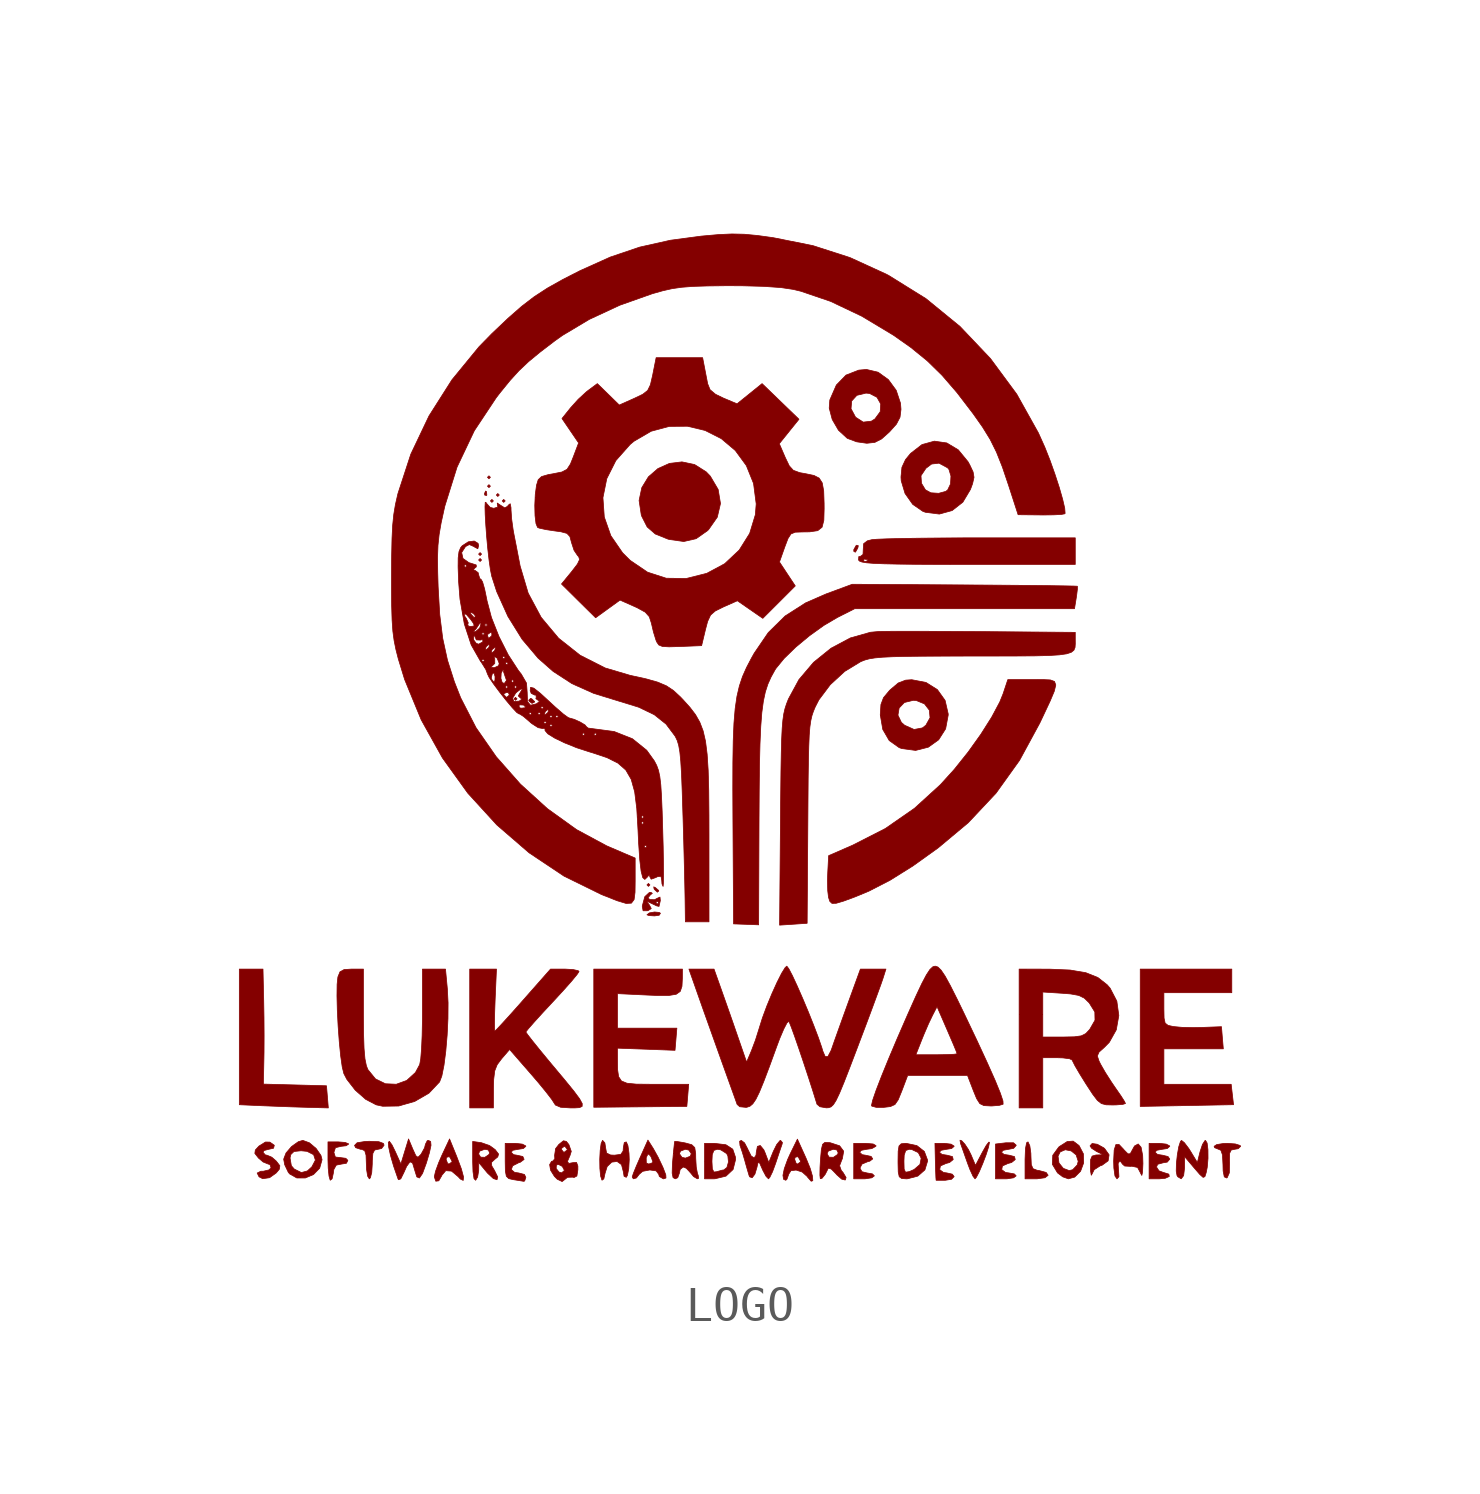
<source format=kicad_sym>
(kicad_symbol_lib
  (version 20220914)
  (generator "bitmap2component")
  (generator_version "8.0")
  (symbol "LOGO"
    (pin_names
      (offset 1.016))
    (property "Reference" "#G"
      (at 0 20.602 0)
      (effects (font (size 1.27 1.27)) hide))
    (symbol "LOGO_0_0"
      (polyline (pts (xy -11.349 -12.402) (xy -11.314 -12.241) (xy -11.299 -12.134) (xy -11.229 -12.009) (xy -11.073 -11.978) (xy -10.936 -11.955) (xy -10.896 -11.872) (xy -10.955 -11.813) (xy -11.115 -11.792) (xy -11.256 -11.776) (xy -11.298 -11.643) (xy -11.252 -11.507) (xy -11.086 -11.468) (xy -10.946 -11.452) (xy -10.874 -11.405) (xy -10.876 -11.396) (xy -10.974 -11.357) (xy -11.171 -11.341) (xy -11.468 -11.341) (xy -11.468 -11.858) (xy -11.461 -12.096) (xy -11.438 -12.325) (xy -11.405 -12.439) (xy -11.399 -12.443) (xy -11.349 -12.402)) (stroke (width 0.01) (type default)) (fill (type outline)))
      (polyline (pts (xy -9.374 -12.404) (xy -9.279 -12.211) (xy -9.204 -12.043) (xy -9.109 -11.914) (xy -9.035 -11.95) (xy -8.975 -12.148) (xy -8.974 -12.152) (xy -8.913 -12.347) (xy -8.838 -12.38) (xy -8.748 -12.248) (xy -8.638 -11.949) (xy -8.55 -11.653) (xy -8.504 -11.438) (xy -8.515 -11.329) (xy -8.58 -11.298) (xy -8.613 -11.307) (xy -8.665 -11.409) (xy -8.689 -11.51) (xy -8.784 -11.684) (xy -8.806 -11.713) (xy -8.88 -11.784) (xy -8.942 -11.737) (xy -9.027 -11.551) (xy -9.15 -11.256) (xy -9.261 -11.617) (xy -9.371 -11.978) (xy -9.529 -11.626) (xy -9.629 -11.423) (xy -9.703 -11.324) (xy -9.733 -11.355) (xy -9.721 -11.496) (xy -9.67 -11.73) (xy -9.58 -12.039) (xy -9.454 -12.403) (xy -9.438 -12.43) (xy -9.374 -12.404)) (stroke (width 0.01) (type default)) (fill (type outline)))
      (polyline (pts (xy -8.281 -12.46) (xy -8.198 -12.318) (xy -8.192 -12.301) (xy -8.08 -12.168) (xy -7.915 -12.181) (xy -7.726 -12.339) (xy -7.661 -12.409) (xy -7.579 -12.449) (xy -7.569 -12.349) (xy -7.632 -12.116) (xy -7.766 -11.759) (xy -7.971 -11.256) (xy -8.19 -11.723) (xy -8.243 -11.845) (xy -8.07 -11.845) (xy -8.058 -11.785) (xy -7.985 -11.766) (xy -7.962 -11.783) (xy -7.9 -11.898) (xy -7.903 -11.917) (xy -7.985 -11.978) (xy -8.026 -11.962) (xy -8.07 -11.845) (xy -8.243 -11.845) (xy -8.284 -11.939) (xy -8.374 -12.185) (xy -8.409 -12.339) (xy -8.409 -12.348) (xy -8.367 -12.472) (xy -8.281 -12.46)) (stroke (width 0.01) (type default)) (fill (type outline)))
      (polyline (pts (xy -7.164 -12.352) (xy -7.133 -12.164) (xy -7.131 -11.935) (xy -6.898 -12.217) (xy -6.876 -12.242) (xy -6.711 -12.396) (xy -6.606 -12.429) (xy -6.587 -12.349) (xy -6.679 -12.162) (xy -6.758 -12.03) (xy -6.765 -11.93) (xy -6.665 -11.838) (xy -6.585 -11.773) (xy -6.561 -11.691) (xy -6.659 -11.563) (xy -6.82 -11.447) (xy -7.056 -11.364) (xy -7.306 -11.328) (xy -7.306 -11.687) (xy -7.136 -11.687) (xy -7.105 -11.607) (xy -6.959 -11.553) (xy -6.856 -11.574) (xy -6.817 -11.659) (xy -6.841 -11.706) (xy -6.955 -11.784) (xy -7.078 -11.78) (xy -7.136 -11.687) (xy -7.306 -11.687) (xy -7.306 -11.913) (xy -7.297 -12.197) (xy -7.268 -12.398) (xy -7.221 -12.445) (xy -7.164 -12.352)) (stroke (width 0.01) (type default)) (fill (type outline)))
      (polyline (pts (xy -5.811 -12.466) (xy -5.777 -12.36) (xy -5.818 -12.277) (xy -5.989 -12.233) (xy -6.1 -12.218) (xy -6.195 -12.137) (xy -6.156 -12.029) (xy -5.986 -11.942) (xy -5.939 -11.928) (xy -5.827 -11.845) (xy -5.864 -11.761) (xy -6.036 -11.723) (xy -6.13 -11.708) (xy -6.201 -11.638) (xy -6.149 -11.582) (xy -5.989 -11.553) (xy -5.849 -11.532) (xy -5.777 -11.468) (xy -5.779 -11.457) (xy -5.877 -11.405) (xy -6.074 -11.383) (xy -6.371 -11.383) (xy -6.371 -11.887) (xy -6.371 -11.904) (xy -6.366 -12.179) (xy -6.338 -12.329) (xy -6.268 -12.397) (xy -6.138 -12.427) (xy -5.965 -12.454) (xy -5.84 -12.475) (xy -5.811 -12.466)) (stroke (width 0.01) (type default)) (fill (type outline)))
      (polyline (pts (xy -4.628 -12.399) (xy -4.58 -12.36) (xy -4.431 -12.355) (xy -4.39 -12.365) (xy -4.309 -12.322) (xy -4.281 -12.145) (xy -4.281 -12.035) (xy -4.319 -11.932) (xy -4.429 -11.939) (xy -4.543 -11.961) (xy -4.58 -11.902) (xy -4.506 -11.729) (xy -4.47 -11.614) (xy -4.54 -11.417) (xy -4.613 -11.327) (xy -4.696 -11.309) (xy -4.825 -11.411) (xy -4.922 -11.535) (xy -4.924 -11.553) (xy -4.757 -11.553) (xy -4.755 -11.533) (xy -4.672 -11.468) (xy -4.652 -11.471) (xy -4.587 -11.553) (xy -4.59 -11.573) (xy -4.672 -11.638) (xy -4.692 -11.636) (xy -4.757 -11.553) (xy -4.924 -11.553) (xy -4.95 -11.728) (xy -4.944 -11.826) (xy -5.002 -11.893) (xy -5.038 -11.9) (xy -5.093 -11.995) (xy -5.074 -12.106) (xy -4.905 -12.106) (xy -4.899 -12.006) (xy -4.84 -11.989) (xy -4.729 -12.046) (xy -4.672 -12.153) (xy -4.674 -12.169) (xy -4.752 -12.233) (xy -4.824 -12.207) (xy -4.905 -12.106) (xy -5.074 -12.106) (xy -5.064 -12.159) (xy -4.956 -12.332) (xy -4.873 -12.416) (xy -4.733 -12.482) (xy -4.628 -12.399)) (stroke (width 0.01) (type default)) (fill (type outline)))
      (polyline (pts (xy -3.534 -12.404) (xy -3.499 -12.245) (xy -3.438 -12.05) (xy -3.306 -11.923) (xy -3.153 -11.904) (xy -3.026 -11.995) (xy -2.973 -12.2) (xy -2.952 -12.331) (xy -2.888 -12.36) (xy -2.856 -12.304) (xy -2.818 -12.115) (xy -2.803 -11.851) (xy -2.81 -11.67) (xy -2.841 -11.449) (xy -2.888 -11.341) (xy -2.946 -11.361) (xy -2.973 -11.506) (xy -2.98 -11.603) (xy -3.046 -11.7) (xy -3.228 -11.723) (xy -3.339 -11.718) (xy -3.455 -11.662) (xy -3.483 -11.511) (xy -3.504 -11.371) (xy -3.568 -11.298) (xy -3.572 -11.299) (xy -3.612 -11.386) (xy -3.639 -11.585) (xy -3.652 -11.842) (xy -3.648 -12.106) (xy -3.627 -12.323) (xy -3.589 -12.439) (xy -3.585 -12.443) (xy -3.534 -12.404)) (stroke (width 0.01) (type default)) (fill (type outline)))
      (polyline (pts (xy 2.476 -12.456) (xy 2.466 -12.325) (xy 2.401 -12.103) (xy 2.282 -11.811) (xy 2.033 -11.262) (xy 1.826 -11.684) (xy 1.753 -11.845) (xy 1.954 -11.845) (xy 1.966 -11.785) (xy 2.039 -11.766) (xy 2.062 -11.783) (xy 2.124 -11.898) (xy 2.121 -11.917) (xy 2.039 -11.978) (xy 1.998 -11.962) (xy 1.954 -11.845) (xy 1.753 -11.845) (xy 1.75 -11.852) (xy 1.655 -12.115) (xy 1.617 -12.302) (xy 1.635 -12.417) (xy 1.699 -12.445) (xy 1.732 -12.415) (xy 1.784 -12.27) (xy 1.784 -12.268) (xy 1.848 -12.169) (xy 1.996 -12.151) (xy 2.171 -12.208) (xy 2.311 -12.333) (xy 2.325 -12.354) (xy 2.429 -12.473) (xy 2.476 -12.456)) (stroke (width 0.01) (type default)) (fill (type outline)))
      (polyline (pts (xy 3.433 -12.366) (xy 3.347 -12.223) (xy 3.294 -12.16) (xy 3.246 -12.026) (xy 3.312 -11.853) (xy 3.325 -11.827) (xy 3.364 -11.609) (xy 3.247 -11.453) (xy 2.98 -11.366) (xy 2.941 -11.361) (xy 2.822 -11.357) (xy 2.757 -11.412) (xy 2.722 -11.562) (xy 2.711 -11.687) (xy 2.888 -11.687) (xy 2.919 -11.607) (xy 3.065 -11.553) (xy 3.168 -11.574) (xy 3.207 -11.659) (xy 3.183 -11.706) (xy 3.07 -11.784) (xy 2.946 -11.78) (xy 2.888 -11.687) (xy 2.711 -11.687) (xy 2.697 -11.845) (xy 2.683 -12.083) (xy 2.68 -12.301) (xy 2.692 -12.4) (xy 2.742 -12.387) (xy 2.833 -12.274) (xy 2.918 -12.105) (xy 2.926 -12.095) (xy 3.008 -12.123) (xy 3.138 -12.255) (xy 3.164 -12.286) (xy 3.308 -12.413) (xy 3.41 -12.438) (xy 3.433 -12.366)) (stroke (width 0.01) (type default)) (fill (type outline)))
      (polyline (pts (xy 6.466 -12.416) (xy 6.541 -12.339) (xy 6.488 -12.269) (xy 6.329 -12.233) (xy 6.233 -12.22) (xy 6.125 -12.139) (xy 6.146 -12.033) (xy 6.301 -11.963) (xy 6.409 -11.934) (xy 6.514 -11.849) (xy 6.492 -11.763) (xy 6.336 -11.723) (xy 6.189 -11.701) (xy 6.116 -11.638) (xy 6.169 -11.582) (xy 6.329 -11.553) (xy 6.468 -11.532) (xy 6.541 -11.468) (xy 6.54 -11.462) (xy 6.453 -11.406) (xy 6.265 -11.383) (xy 5.989 -11.383) (xy 6.001 -11.914) (xy 6.008 -12.166) (xy 6.016 -12.368) (xy 6.022 -12.445) (xy 6.104 -12.445) (xy 6.286 -12.445) (xy 6.466 -12.416)) (stroke (width 0.01) (type default)) (fill (type outline)))
      (polyline (pts (xy -13.148 -12.371) (xy -12.955 -12.233) (xy -12.867 -12.127) (xy -12.852 -12.027) (xy -12.955 -11.893) (xy -13.084 -11.781) (xy -13.223 -11.723) (xy -13.269 -11.716) (xy -13.337 -11.638) (xy -13.305 -11.589) (xy -13.167 -11.553) (xy -13.033 -11.523) (xy -13.011 -11.438) (xy -13.14 -11.347) (xy -13.266 -11.345) (xy -13.454 -11.462) (xy -13.557 -11.575) (xy -13.571 -11.672) (xy -13.467 -11.805) (xy -13.333 -11.919) (xy -13.189 -11.978) (xy -13.137 -11.991) (xy -13.105 -12.084) (xy -13.163 -12.146) (xy -13.325 -12.184) (xy -13.402 -12.186) (xy -13.504 -12.237) (xy -13.45 -12.346) (xy -13.345 -12.399) (xy -13.148 -12.371)) (stroke (width 0.01) (type default)) (fill (type outline)))
      (polyline (pts (xy -12.118 -12.378) (xy -11.883 -12.279) (xy -11.707 -12.098) (xy -11.638 -11.853) (xy -11.67 -11.73) (xy -11.808 -11.531) (xy -12.002 -11.367) (xy -12.19 -11.298) (xy -12.319 -11.335) (xy -12.514 -11.473) (xy -12.675 -11.661) (xy -12.729 -11.803) (xy -12.559 -11.803) (xy -12.536 -11.704) (xy -12.445 -11.617) (xy -12.242 -11.596) (xy -12.069 -11.613) (xy -11.881 -11.709) (xy -11.83 -11.865) (xy -11.931 -12.058) (xy -12.059 -12.176) (xy -12.233 -12.223) (xy -12.437 -12.122) (xy -12.521 -12.026) (xy -12.559 -11.803) (xy -12.729 -11.803) (xy -12.742 -11.838) (xy -12.712 -11.999) (xy -12.61 -12.214) (xy -12.571 -12.262) (xy -12.363 -12.379) (xy -12.118 -12.378)) (stroke (width 0.01) (type default)) (fill (type outline)))
      (polyline (pts (xy -10.248 -12.374) (xy -10.209 -12.22) (xy -10.194 -11.978) (xy -10.193 -11.88) (xy -10.177 -11.671) (xy -10.126 -11.575) (xy -10.024 -11.553) (xy -9.925 -11.531) (xy -9.854 -11.436) (xy -9.875 -11.384) (xy -10.006 -11.335) (xy -10.279 -11.324) (xy -10.403 -11.329) (xy -10.63 -11.366) (xy -10.704 -11.442) (xy -10.672 -11.507) (xy -10.534 -11.553) (xy -10.495 -11.555) (xy -10.411 -11.596) (xy -10.373 -11.723) (xy -10.364 -11.978) (xy -10.358 -12.131) (xy -10.327 -12.326) (xy -10.279 -12.403) (xy -10.248 -12.374)) (stroke (width 0.01) (type default)) (fill (type outline)))
      (polyline (pts (xy -2.597 -12.378) (xy -2.518 -12.275) (xy -2.42 -12.188) (xy -2.211 -12.148) (xy -2.029 -12.175) (xy -1.954 -12.275) (xy -1.939 -12.335) (xy -1.825 -12.403) (xy -1.815 -12.403) (xy -1.747 -12.38) (xy -1.752 -12.289) (xy -1.829 -12.087) (xy -1.841 -12.059) (xy -1.975 -11.777) (xy -2.113 -11.53) (xy -2.266 -11.289) (xy -2.492 -11.793) (xy -2.496 -11.801) (xy -2.316 -11.801) (xy -2.314 -11.79) (xy -2.263 -11.685) (xy -2.198 -11.737) (xy -2.167 -11.793) (xy -2.125 -11.914) (xy -2.136 -11.941) (xy -2.243 -11.978) (xy -2.313 -11.948) (xy -2.316 -11.801) (xy -2.496 -11.801) (xy -2.602 -12.043) (xy -2.686 -12.25) (xy -2.718 -12.35) (xy -2.686 -12.403) (xy -2.597 -12.378)) (stroke (width 0.01) (type default)) (fill (type outline)))
      (polyline (pts (xy -0.808 -12.389) (xy -0.822 -12.296) (xy -0.84 -12.258) (xy -0.876 -12.067) (xy -0.891 -11.812) (xy -0.893 -11.676) (xy -0.919 -11.505) (xy -1.005 -11.422) (xy -1.189 -11.372) (xy -1.23 -11.364) (xy -1.415 -11.332) (xy -1.496 -11.326) (xy -1.506 -11.397) (xy -1.527 -11.594) (xy -1.535 -11.681) (xy -1.359 -11.681) (xy -1.328 -11.606) (xy -1.189 -11.553) (xy -1.09 -11.577) (xy -1.019 -11.681) (xy -1.051 -11.755) (xy -1.189 -11.808) (xy -1.288 -11.784) (xy -1.359 -11.681) (xy -1.535 -11.681) (xy -1.552 -11.872) (xy -1.562 -11.991) (xy -1.569 -12.241) (xy -1.543 -12.368) (xy -1.479 -12.403) (xy -1.409 -12.371) (xy -1.359 -12.233) (xy -1.339 -12.134) (xy -1.252 -12.063) (xy -1.163 -12.099) (xy -1.039 -12.233) (xy -0.954 -12.338) (xy -0.844 -12.403) (xy -0.808 -12.389)) (stroke (width 0.01) (type default)) (fill (type outline)))
      (polyline (pts (xy -0.336 -12.402) (xy -0.02 -12.325) (xy 0.183 -12.135) (xy 0.255 -11.849) (xy 0.252 -11.78) (xy 0.174 -11.551) (xy -0.023 -11.423) (xy -0.355 -11.383) (xy -0.637 -11.383) (xy -0.637 -11.893) (xy -0.637 -11.902) (xy -0.425 -11.902) (xy -0.416 -11.708) (xy -0.369 -11.585) (xy -0.265 -11.553) (xy -0.172 -11.57) (xy -0.003 -11.677) (xy 0.033 -11.745) (xy 0.05 -11.918) (xy 0.006 -12.077) (xy -0.084 -12.148) (xy -0.132 -12.154) (xy -0.29 -12.199) (xy -0.367 -12.207) (xy -0.413 -12.122) (xy -0.425 -11.902) (xy -0.637 -11.902) (xy -0.637 -12.403) (xy -0.38 -12.403) (xy -0.336 -12.402)) (stroke (width 0.01) (type default)) (fill (type outline)))
      (polyline (pts (xy 1.238 -12.363) (xy 1.317 -12.201) (xy 1.407 -11.957) (xy 1.467 -11.777) (xy 1.546 -11.541) (xy 1.593 -11.405) (xy 1.602 -11.359) (xy 1.55 -11.298) (xy 1.529 -11.306) (xy 1.438 -11.417) (xy 1.339 -11.617) (xy 1.21 -11.935) (xy 1.106 -11.659) (xy 1.067 -11.569) (xy 0.965 -11.445) (xy 0.883 -11.47) (xy 0.85 -11.643) (xy 0.843 -11.724) (xy 0.788 -11.803) (xy 0.701 -11.743) (xy 0.607 -11.553) (xy 0.604 -11.544) (xy 0.513 -11.37) (xy 0.42 -11.298) (xy 0.371 -11.322) (xy 0.382 -11.447) (xy 0.387 -11.457) (xy 0.452 -11.649) (xy 0.524 -11.893) (xy 0.53 -11.918) (xy 0.596 -12.15) (xy 0.644 -12.311) (xy 0.66 -12.346) (xy 0.732 -12.372) (xy 0.811 -12.268) (xy 0.872 -12.063) (xy 0.879 -12.025) (xy 0.907 -11.92) (xy 0.947 -11.95) (xy 1.025 -12.127) (xy 1.04 -12.161) (xy 1.132 -12.333) (xy 1.201 -12.403) (xy 1.238 -12.363)) (stroke (width 0.01) (type default)) (fill (type outline)))
      (polyline (pts (xy 3.989 -12.402) (xy 4.173 -12.374) (xy 4.247 -12.318) (xy 4.191 -12.261) (xy 4.029 -12.233) (xy 3.889 -12.198) (xy 3.832 -12.095) (xy 3.89 -11.98) (xy 4.059 -11.908) (xy 4.114 -11.896) (xy 4.2 -11.83) (xy 4.152 -11.758) (xy 3.988 -11.723) (xy 3.894 -11.708) (xy 3.823 -11.638) (xy 3.873 -11.583) (xy 4.03 -11.553) (xy 4.173 -11.534) (xy 4.29 -11.468) (xy 4.295 -11.45) (xy 4.213 -11.401) (xy 3.998 -11.383) (xy 3.653 -11.383) (xy 3.653 -11.893) (xy 3.653 -12.403) (xy 3.95 -12.403) (xy 3.989 -12.402)) (stroke (width 0.01) (type default)) (fill (type outline)))
      (polyline (pts (xy 5.2 -12.402) (xy 5.496 -12.325) (xy 5.7 -12.146) (xy 5.777 -11.893) (xy 5.776 -11.863) (xy 5.684 -11.616) (xy 5.468 -11.447) (xy 5.163 -11.383) (xy 5.136 -11.383) (xy 5.017 -11.396) (xy 4.955 -11.459) (xy 4.931 -11.611) (xy 4.927 -11.893) (xy 5.097 -11.893) (xy 5.104 -11.723) (xy 5.148 -11.589) (xy 5.25 -11.553) (xy 5.32 -11.559) (xy 5.509 -11.649) (xy 5.592 -11.811) (xy 5.557 -11.991) (xy 5.39 -12.134) (xy 5.253 -12.195) (xy 5.142 -12.213) (xy 5.102 -12.123) (xy 5.097 -11.893) (xy 4.927 -11.893) (xy 4.927 -11.951) (xy 4.933 -12.209) (xy 4.962 -12.343) (xy 5.032 -12.394) (xy 5.163 -12.403) (xy 5.2 -12.402)) (stroke (width 0.01) (type default)) (fill (type outline)))
      (polyline (pts (xy 7.181 -12.358) (xy 7.265 -12.195) (xy 7.364 -11.962) (xy 7.46 -11.71) (xy 7.53 -11.491) (xy 7.557 -11.354) (xy 7.539 -11.346) (xy 7.465 -11.441) (xy 7.354 -11.637) (xy 7.155 -12.018) (xy 7.026 -11.711) (xy 6.95 -11.559) (xy 6.849 -11.406) (xy 6.759 -11.308) (xy 6.709 -11.293) (xy 6.726 -11.391) (xy 6.755 -11.471) (xy 6.831 -11.686) (xy 6.927 -11.957) (xy 6.997 -12.141) (xy 7.084 -12.33) (xy 7.141 -12.403) (xy 7.181 -12.358)) (stroke (width 0.01) (type default)) (fill (type outline)))
      (polyline (pts (xy 8.067 -12.402) (xy 8.25 -12.374) (xy 8.325 -12.318) (xy 8.272 -12.262) (xy 8.113 -12.233) (xy 8.017 -12.22) (xy 7.909 -12.139) (xy 7.93 -12.033) (xy 8.085 -11.963) (xy 8.193 -11.934) (xy 8.298 -11.849) (xy 8.276 -11.763) (xy 8.12 -11.723) (xy 7.973 -11.701) (xy 7.9 -11.638) (xy 7.953 -11.582) (xy 8.113 -11.553) (xy 8.252 -11.526) (xy 8.325 -11.443) (xy 8.325 -11.434) (xy 8.248 -11.366) (xy 8.028 -11.367) (xy 7.73 -11.402) (xy 7.73 -11.902) (xy 7.73 -12.403) (xy 8.028 -12.403) (xy 8.067 -12.402)) (stroke (width 0.01) (type default)) (fill (type outline)))
      (polyline (pts (xy 9.153 -12.372) (xy 9.244 -12.301) (xy 9.187 -12.22) (xy 8.977 -12.163) (xy 8.927 -12.157) (xy 8.81 -12.112) (xy 8.76 -11.998) (xy 8.75 -11.765) (xy 8.747 -11.666) (xy 8.717 -11.451) (xy 8.665 -11.341) (xy 8.625 -11.365) (xy 8.592 -11.535) (xy 8.58 -11.845) (xy 8.58 -12.403) (xy 8.927 -12.403) (xy 9.153 -12.372)) (stroke (width 0.01) (type default)) (fill (type outline)))
      (polyline (pts (xy 10.009 -12.353) (xy 10.177 -12.185) (xy 10.265 -11.946) (xy 10.258 -11.685) (xy 10.138 -11.454) (xy 10.126 -11.441) (xy 9.964 -11.319) (xy 9.794 -11.33) (xy 9.568 -11.474) (xy 9.547 -11.492) (xy 9.377 -11.726) (xy 9.376 -11.752) (xy 9.529 -11.752) (xy 9.591 -11.629) (xy 9.737 -11.567) (xy 9.908 -11.601) (xy 10.05 -11.716) (xy 10.109 -11.9) (xy 10.08 -12.005) (xy 9.95 -12.142) (xy 9.849 -12.166) (xy 9.68 -12.102) (xy 9.556 -11.948) (xy 9.529 -11.752) (xy 9.376 -11.752) (xy 9.365 -11.985) (xy 9.514 -12.233) (xy 9.664 -12.346) (xy 9.826 -12.403) (xy 10.009 -12.353)) (stroke (width 0.01) (type default)) (fill (type outline)))
      (polyline (pts (xy 10.508 -12.262) (xy 10.568 -12.141) (xy 10.742 -12.029) (xy 10.796 -12.012) (xy 10.969 -11.886) (xy 10.997 -11.713) (xy 10.869 -11.533) (xy 10.844 -11.512) (xy 10.658 -11.409) (xy 10.509 -11.387) (xy 10.449 -11.455) (xy 10.494 -11.524) (xy 10.64 -11.619) (xy 10.831 -11.712) (xy 10.64 -11.717) (xy 10.618 -11.718) (xy 10.509 -11.749) (xy 10.464 -11.855) (xy 10.46 -12.084) (xy 10.466 -12.192) (xy 10.485 -12.3) (xy 10.508 -12.262)) (stroke (width 0.01) (type default)) (fill (type outline)))
      (polyline (pts (xy 11.28 -12.342) (xy 11.269 -12.148) (xy 11.268 -12.143) (xy 11.256 -11.965) (xy 11.3 -11.893) (xy 11.322 -11.896) (xy 11.383 -11.981) (xy 11.445 -12.035) (xy 11.611 -12.045) (xy 11.653 -12.041) (xy 11.816 -12.076) (xy 11.9 -12.233) (xy 11.904 -12.245) (xy 11.938 -12.306) (xy 11.959 -12.215) (xy 11.97 -11.962) (xy 11.963 -11.734) (xy 11.917 -11.494) (xy 11.835 -11.4) (xy 11.728 -11.459) (xy 11.606 -11.681) (xy 11.54 -11.685) (xy 11.43 -11.574) (xy 11.417 -11.557) (xy 11.281 -11.414) (xy 11.192 -11.418) (xy 11.143 -11.575) (xy 11.128 -11.893) (xy 11.134 -12.092) (xy 11.166 -12.322) (xy 11.224 -12.403) (xy 11.28 -12.342)) (stroke (width 0.01) (type default)) (fill (type outline)))
      (polyline (pts (xy 12.611 -12.388) (xy 12.729 -12.335) (xy 12.715 -12.268) (xy 12.551 -12.217) (xy 12.432 -12.173) (xy 12.36 -12.063) (xy 12.395 -11.985) (xy 12.551 -11.942) (xy 12.671 -11.922) (xy 12.742 -11.836) (xy 12.692 -11.762) (xy 12.53 -11.723) (xy 12.39 -11.702) (xy 12.318 -11.638) (xy 12.37 -11.582) (xy 12.53 -11.553) (xy 12.67 -11.532) (xy 12.742 -11.468) (xy 12.74 -11.457) (xy 12.642 -11.405) (xy 12.445 -11.383) (xy 12.148 -11.383) (xy 12.148 -11.893) (xy 12.148 -12.403) (xy 12.445 -12.403) (xy 12.611 -12.388)) (stroke (width 0.01) (type default)) (fill (type outline)))
      (polyline (pts (xy 13.141 -12.311) (xy 13.168 -12.084) (xy 13.17 -11.766) (xy 13.452 -12.099) (xy 13.605 -12.276) (xy 13.701 -12.362) (xy 13.752 -12.341) (xy 13.789 -12.227) (xy 13.82 -12.071) (xy 13.842 -11.814) (xy 13.84 -11.564) (xy 13.816 -11.374) (xy 13.77 -11.298) (xy 13.754 -11.304) (xy 13.683 -11.414) (xy 13.615 -11.617) (xy 13.536 -11.935) (xy 13.343 -11.617) (xy 13.289 -11.531) (xy 13.163 -11.365) (xy 13.08 -11.298) (xy 13.05 -11.328) (xy 13.001 -11.48) (xy 12.96 -11.71) (xy 12.933 -11.963) (xy 12.928 -12.183) (xy 12.951 -12.311) (xy 12.974 -12.345) (xy 13.071 -12.403) (xy 13.141 -12.311)) (stroke (width 0.01) (type default)) (fill (type outline)))
      (polyline (pts (xy 14.394 -12.371) (xy 14.455 -12.232) (xy 14.463 -11.947) (xy 14.46 -11.877) (xy 14.464 -11.668) (xy 14.509 -11.575) (xy 14.612 -11.553) (xy 14.71 -11.537) (xy 14.781 -11.468) (xy 14.764 -11.443) (xy 14.627 -11.4) (xy 14.399 -11.383) (xy 14.285 -11.387) (xy 14.093 -11.418) (xy 14.017 -11.468) (xy 14.031 -11.507) (xy 14.144 -11.553) (xy 14.212 -11.582) (xy 14.258 -11.715) (xy 14.272 -11.985) (xy 14.277 -12.178) (xy 14.31 -12.347) (xy 14.378 -12.379) (xy 14.394 -12.371)) (stroke (width 0.01) (type default)) (fill (type outline)))
      (polyline (pts (xy -11.484 -10.045) (xy -11.511 -9.727) (xy -12.418 -9.703) (xy -13.325 -9.679) (xy -13.31 -8.938) (xy -13.307 -8.763) (xy -13.305 -8.289) (xy -13.308 -7.768) (xy -13.316 -7.285) (xy -13.337 -6.371) (xy -13.677 -6.371) (xy -14.017 -6.371) (xy -14.017 -8.322) (xy -14.017 -10.272) (xy -13.358 -10.301) (xy -12.98 -10.316) (xy -12.501 -10.334) (xy -12.079 -10.347) (xy -11.458 -10.364) (xy -11.484 -10.045)) (stroke (width 0.01) (type default)) (fill (type outline)))
      (polyline (pts (xy -9.434 -10.309) (xy -8.973 -10.177) (xy -8.564 -9.94) (xy -8.258 -9.616) (xy -8.193 -9.445) (xy -8.131 -9.134) (xy -8.079 -8.729) (xy -8.04 -8.269) (xy -8.017 -7.792) (xy -8.014 -7.338) (xy -8.034 -6.945) (xy -8.088 -6.371) (xy -8.419 -6.371) (xy -8.75 -6.371) (xy -8.75 -7.64) (xy -8.751 -7.832) (xy -8.76 -8.282) (xy -8.777 -8.67) (xy -8.801 -8.961) (xy -8.83 -9.118) (xy -8.953 -9.346) (xy -9.203 -9.574) (xy -9.503 -9.683) (xy -9.816 -9.669) (xy -10.101 -9.53) (xy -10.32 -9.261) (xy -10.363 -9.153) (xy -10.404 -8.952) (xy -10.43 -8.659) (xy -10.444 -8.247) (xy -10.449 -7.692) (xy -10.449 -6.371) (xy -10.787 -6.371) (xy -11.004 -6.385) (xy -11.122 -6.449) (xy -11.182 -6.596) (xy -11.183 -6.601) (xy -11.205 -6.811) (xy -11.209 -7.144) (xy -11.199 -7.558) (xy -11.176 -8.011) (xy -11.143 -8.461) (xy -11.103 -8.867) (xy -11.058 -9.186) (xy -11.011 -9.377) (xy -10.925 -9.542) (xy -10.682 -9.855) (xy -10.382 -10.118) (xy -10.082 -10.275) (xy -9.894 -10.316) (xy -9.434 -10.309)) (stroke (width 0.01) (type default)) (fill (type outline)))
      (polyline (pts (xy -6.708 -9.79) (xy -6.702 -9.544) (xy -6.672 -9.299) (xy -6.602 -9.121) (xy -6.474 -8.95) (xy -6.244 -8.683) (xy -5.628 -9.39) (xy -5.421 -9.631) (xy -5.197 -9.904) (xy -5.035 -10.114) (xy -4.96 -10.23) (xy -4.927 -10.281) (xy -4.776 -10.345) (xy -4.49 -10.364) (xy -4.372 -10.364) (xy -4.233 -10.355) (xy -4.158 -10.32) (xy -4.155 -10.241) (xy -4.231 -10.102) (xy -4.392 -9.885) (xy -4.648 -9.571) (xy -5.005 -9.144) (xy -5.108 -9.021) (xy -5.371 -8.702) (xy -5.583 -8.439) (xy -5.725 -8.257) (xy -5.777 -8.181) (xy -5.774 -8.175) (xy -5.699 -8.08) (xy -5.532 -7.89) (xy -5.296 -7.63) (xy -5.012 -7.325) (xy -4.955 -7.264) (xy -4.678 -6.962) (xy -4.453 -6.708) (xy -4.303 -6.525) (xy -4.247 -6.441) (xy -4.272 -6.417) (xy -4.42 -6.384) (xy -4.657 -6.371) (xy -5.067 -6.371) (xy -5.854 -7.263) (xy -5.954 -7.377) (xy -6.227 -7.683) (xy -6.452 -7.93) (xy -6.606 -8.095) (xy -6.67 -8.155) (xy -6.677 -8.108) (xy -6.679 -7.922) (xy -6.674 -7.629) (xy -6.661 -7.263) (xy -6.622 -6.371) (xy -7.006 -6.371) (xy -7.391 -6.371) (xy -7.391 -8.368) (xy -7.391 -10.364) (xy -7.051 -10.364) (xy -6.711 -10.364) (xy -6.708 -9.79)) (stroke (width 0.01) (type default)) (fill (type outline)))
      (polyline (pts (xy -2.485 -10.333) (xy -1.147 -10.321) (xy -1.12 -10.003) (xy -1.094 -9.684) (xy -2.066 -9.684) (xy -2.197 -9.684) (xy -2.6 -9.68) (xy -2.868 -9.654) (xy -3.028 -9.589) (xy -3.109 -9.466) (xy -3.138 -9.267) (xy -3.142 -8.973) (xy -3.143 -8.645) (xy -2.315 -8.676) (xy -1.487 -8.707) (xy -1.46 -8.389) (xy -1.434 -8.07) (xy -2.288 -8.07) (xy -3.143 -8.07) (xy -3.143 -7.574) (xy -3.143 -7.077) (xy -2.285 -7.118) (xy -1.998 -7.13) (xy -1.663 -7.13) (xy -1.452 -7.095) (xy -1.336 -7.012) (xy -1.287 -6.867) (xy -1.276 -6.647) (xy -1.274 -6.371) (xy -2.549 -6.371) (xy -3.823 -6.371) (xy -3.823 -8.358) (xy -3.823 -10.345) (xy -2.485 -10.333)) (stroke (width 0.01) (type default)) (fill (type outline)))
      (polyline (pts (xy 2.929 -10.358) (xy 3 -10.334) (xy 3.07 -10.268) (xy 3.148 -10.143) (xy 3.246 -9.937) (xy 3.372 -9.632) (xy 3.538 -9.206) (xy 3.753 -8.642) (xy 3.815 -8.477) (xy 4.01 -7.962) (xy 4.185 -7.493) (xy 4.33 -7.099) (xy 4.436 -6.808) (xy 4.492 -6.647) (xy 4.579 -6.371) (xy 4.212 -6.371) (xy 3.845 -6.371) (xy 3.482 -7.369) (xy 3.336 -7.773) (xy 3.2 -8.152) (xy 3.091 -8.457) (xy 3.026 -8.644) (xy 3.001 -8.713) (xy 2.91 -8.886) (xy 2.833 -8.89) (xy 2.764 -8.729) (xy 2.734 -8.627) (xy 2.636 -8.342) (xy 2.502 -7.99) (xy 2.348 -7.604) (xy 2.185 -7.216) (xy 2.028 -6.858) (xy 1.891 -6.563) (xy 1.786 -6.362) (xy 1.729 -6.287) (xy 1.682 -6.326) (xy 1.579 -6.492) (xy 1.446 -6.756) (xy 1.299 -7.081) (xy 1.154 -7.432) (xy 1.028 -7.772) (xy 0.936 -8.065) (xy 0.928 -8.092) (xy 0.827 -8.412) (xy 0.71 -8.722) (xy 0.572 -9.047) (xy 0.337 -8.368) (xy 0.188 -7.937) (xy 0.019 -7.455) (xy -0.131 -7.03) (xy -0.365 -6.371) (xy -0.726 -6.371) (xy -1.087 -6.371) (xy -0.81 -7.157) (xy -0.676 -7.537) (xy -0.501 -8.027) (xy -0.314 -8.552) (xy -0.137 -9.047) (xy -0.096 -9.161) (xy 0.048 -9.562) (xy 0.17 -9.901) (xy 0.258 -10.146) (xy 0.299 -10.263) (xy 0.375 -10.33) (xy 0.557 -10.348) (xy 0.579 -10.345) (xy 0.667 -10.316) (xy 0.75 -10.246) (xy 0.838 -10.117) (xy 0.941 -9.907) (xy 1.068 -9.597) (xy 1.231 -9.166) (xy 1.439 -8.595) (xy 1.524 -8.369) (xy 1.641 -8.094) (xy 1.733 -7.919) (xy 1.786 -7.874) (xy 1.798 -7.895) (xy 1.859 -8.046) (xy 1.956 -8.314) (xy 2.078 -8.666) (xy 2.214 -9.069) (xy 2.353 -9.49) (xy 2.484 -9.897) (xy 2.596 -10.258) (xy 2.682 -10.33) (xy 2.864 -10.362) (xy 2.929 -10.358)) (stroke (width 0.01) (type default)) (fill (type outline)))
      (polyline (pts (xy 4.708 -10.325) (xy 4.838 -10.266) (xy 4.932 -10.13) (xy 5.036 -9.875) (xy 5.205 -9.429) (xy 6.065 -9.429) (xy 6.925 -9.429) (xy 7.094 -9.868) (xy 7.188 -10.097) (xy 7.279 -10.24) (xy 7.396 -10.297) (xy 7.582 -10.307) (xy 7.632 -10.307) (xy 7.84 -10.29) (xy 7.949 -10.258) (xy 7.945 -10.165) (xy 7.869 -9.938) (xy 7.72 -9.573) (xy 7.495 -9.068) (xy 7.195 -8.42) (xy 6.816 -7.624) (xy 6.632 -7.245) (xy 6.432 -6.848) (xy 6.281 -6.573) (xy 6.165 -6.401) (xy 6.074 -6.312) (xy 5.996 -6.286) (xy 5.928 -6.305) (xy 5.845 -6.382) (xy 5.743 -6.537) (xy 5.61 -6.789) (xy 5.436 -7.159) (xy 5.209 -7.667) (xy 5.186 -7.719) (xy 4.903 -8.368) (xy 4.706 -8.835) (xy 5.439 -8.835) (xy 5.61 -8.402) (xy 5.673 -8.247) (xy 5.803 -7.945) (xy 5.915 -7.71) (xy 6.049 -7.45) (xy 6.337 -8.114) (xy 6.389 -8.235) (xy 6.511 -8.518) (xy 6.595 -8.721) (xy 6.626 -8.806) (xy 6.626 -8.808) (xy 6.537 -8.821) (xy 6.325 -8.831) (xy 6.033 -8.835) (xy 5.439 -8.835) (xy 4.706 -8.835) (xy 4.656 -8.953) (xy 4.451 -9.456) (xy 4.295 -9.86) (xy 4.197 -10.145) (xy 4.163 -10.294) (xy 4.174 -10.313) (xy 4.298 -10.347) (xy 4.515 -10.348) (xy 4.708 -10.325)) (stroke (width 0.01) (type default)) (fill (type outline)))
      (polyline (pts (xy 9.09 -9.642) (xy 9.09 -8.92) (xy 9.514 -8.92) (xy 9.667 -8.925) (xy 9.863 -8.95) (xy 9.939 -8.99) (xy 9.945 -9.011) (xy 10.016 -9.152) (xy 10.152 -9.384) (xy 10.329 -9.669) (xy 10.332 -9.674) (xy 10.523 -9.967) (xy 10.659 -10.146) (xy 10.776 -10.239) (xy 10.909 -10.274) (xy 11.094 -10.279) (xy 11.201 -10.277) (xy 11.392 -10.262) (xy 11.468 -10.237) (xy 11.44 -10.178) (xy 11.336 -10.014) (xy 11.181 -9.791) (xy 11.068 -9.625) (xy 10.885 -9.339) (xy 10.753 -9.108) (xy 10.708 -9.017) (xy 10.659 -8.87) (xy 10.707 -8.76) (xy 10.869 -8.614) (xy 11.003 -8.477) (xy 11.204 -8.118) (xy 11.277 -7.707) (xy 11.22 -7.293) (xy 11.027 -6.921) (xy 10.941 -6.822) (xy 10.675 -6.614) (xy 10.328 -6.475) (xy 9.872 -6.398) (xy 9.281 -6.373) (xy 8.41 -6.371) (xy 8.41 -7.678) (xy 9.09 -7.678) (xy 9.09 -7.031) (xy 9.653 -7.067) (xy 9.884 -7.085) (xy 10.123 -7.128) (xy 10.282 -7.205) (xy 10.418 -7.336) (xy 10.427 -7.346) (xy 10.587 -7.604) (xy 10.592 -7.841) (xy 10.443 -8.101) (xy 10.437 -8.109) (xy 10.327 -8.226) (xy 10.197 -8.291) (xy 9.997 -8.319) (xy 9.678 -8.325) (xy 9.09 -8.325) (xy 9.09 -7.678) (xy 8.41 -7.678) (xy 8.41 -8.368) (xy 8.41 -10.364) (xy 8.75 -10.364) (xy 9.09 -10.364) (xy 9.09 -9.642)) (stroke (width 0.01) (type default)) (fill (type outline)))
      (polyline (pts (xy 13.235 -10.296) (xy 14.576 -10.271) (xy 14.542 -9.978) (xy 14.508 -9.684) (xy 13.54 -9.684) (xy 12.573 -9.684) (xy 12.573 -9.175) (xy 12.573 -8.665) (xy 13.427 -8.665) (xy 14.282 -8.665) (xy 14.255 -8.346) (xy 14.229 -8.028) (xy 13.677 -8.049) (xy 13.408 -8.054) (xy 13.083 -8.046) (xy 12.849 -8.024) (xy 12.692 -7.99) (xy 12.609 -7.924) (xy 12.578 -7.781) (xy 12.573 -7.514) (xy 12.573 -7.051) (xy 13.55 -7.051) (xy 14.526 -7.051) (xy 14.526 -6.711) (xy 14.526 -6.371) (xy 13.21 -6.371) (xy 11.893 -6.371) (xy 11.893 -8.346) (xy 11.893 -10.321) (xy 13.235 -10.296)) (stroke (width 0.01) (type default)) (fill (type outline)))
      (polyline (pts (xy 0.929 -2.088) (xy 0.934 -1.262) (xy 0.942 -0.512) (xy 0.957 0.104) (xy 0.979 0.605) (xy 1.01 1.008) (xy 1.054 1.334) (xy 1.111 1.6) (xy 1.184 1.825) (xy 1.275 2.028) (xy 1.385 2.227) (xy 1.414 2.273) (xy 1.649 2.561) (xy 1.984 2.887) (xy 2.379 3.215) (xy 2.791 3.511) (xy 3.178 3.739) (xy 3.68 3.993) (xy 6.841 3.993) (xy 10.002 3.993) (xy 10.053 4.307) (xy 10.061 4.361) (xy 10.085 4.553) (xy 10.085 4.639) (xy 10.082 4.64) (xy 9.971 4.645) (xy 9.711 4.65) (xy 9.322 4.656) (xy 8.822 4.662) (xy 8.228 4.667) (xy 7.561 4.672) (xy 6.838 4.677) (xy 3.61 4.696) (xy 2.858 4.418) (xy 2.271 4.162) (xy 1.68 3.784) (xy 1.196 3.308) (xy 0.789 2.711) (xy 0.709 2.568) (xy 0.569 2.3) (xy 0.454 2.041) (xy 0.364 1.771) (xy 0.294 1.471) (xy 0.243 1.121) (xy 0.208 0.701) (xy 0.187 0.191) (xy 0.177 -0.43) (xy 0.175 -1.18) (xy 0.179 -2.08) (xy 0.197 -5.071) (xy 0.557 -5.084) (xy 0.918 -5.098) (xy 0.929 -2.088)) (stroke (width 0.01) (type default)) (fill (type outline)))
      (polyline (pts (xy 1.917 -5.081) (xy 2.313 -5.054) (xy 2.333 -2.166) (xy 2.337 -1.572) (xy 2.342 -0.907) (xy 2.35 -0.377) (xy 2.36 0.036) (xy 2.373 0.352) (xy 2.392 0.592) (xy 2.418 0.773) (xy 2.451 0.916) (xy 2.493 1.041) (xy 2.545 1.166) (xy 2.651 1.373) (xy 2.978 1.808) (xy 3.394 2.191) (xy 3.849 2.468) (xy 3.864 2.475) (xy 3.973 2.518) (xy 4.099 2.552) (xy 4.261 2.578) (xy 4.478 2.598) (xy 4.77 2.612) (xy 5.155 2.622) (xy 5.653 2.627) (xy 6.283 2.63) (xy 7.063 2.632) (xy 7.654 2.632) (xy 8.328 2.633) (xy 8.86 2.637) (xy 9.268 2.647) (xy 9.568 2.666) (xy 9.777 2.696) (xy 9.91 2.74) (xy 9.985 2.8) (xy 10.018 2.88) (xy 10.025 2.982) (xy 10.024 3.108) (xy 10.024 3.313) (xy 7.454 3.334) (xy 7.285 3.335) (xy 6.618 3.339) (xy 5.99 3.342) (xy 5.426 3.344) (xy 4.953 3.344) (xy 4.597 3.342) (xy 4.384 3.339) (xy 4.134 3.316) (xy 3.557 3.153) (xy 3.001 2.857) (xy 2.497 2.45) (xy 2.078 1.956) (xy 1.776 1.399) (xy 1.772 1.389) (xy 1.718 1.251) (xy 1.675 1.118) (xy 1.641 0.97) (xy 1.615 0.788) (xy 1.595 0.552) (xy 1.58 0.244) (xy 1.569 -0.157) (xy 1.56 -0.669) (xy 1.553 -1.313) (xy 1.546 -2.107) (xy 1.521 -5.107) (xy 1.917 -5.081)) (stroke (width 0.01) (type default)) (fill (type outline)))
      (polyline (pts (xy -0.51 -2.509) (xy -0.511 -1.951) (xy -0.517 -1.236) (xy -0.533 -0.656) (xy -0.563 -0.191) (xy -0.61 0.182) (xy -0.679 0.481) (xy -0.774 0.729) (xy -0.898 0.947) (xy -1.056 1.154) (xy -1.252 1.372) (xy -1.331 1.455) (xy -1.53 1.639) (xy -1.734 1.775) (xy -1.983 1.881) (xy -2.319 1.976) (xy -2.782 2.078) (xy -3.498 2.29) (xy -4.218 2.656) (xy -4.835 3.145) (xy -5.337 3.745) (xy -5.71 4.442) (xy -5.942 5.224) (xy -5.983 5.436) (xy -6.057 5.819) (xy -6.121 6.144) (xy -6.142 6.26) (xy -6.185 6.572) (xy -6.203 6.824) (xy -6.204 6.899) (xy -6.227 7.012) (xy -6.281 6.971) (xy -6.304 6.938) (xy -6.383 6.893) (xy -6.508 6.971) (xy -6.599 7.032) (xy -6.595 6.987) (xy -6.583 6.916) (xy -6.7 6.881) (xy -6.802 6.907) (xy -6.914 7.03) (xy -6.922 7.05) (xy -6.945 7.054) (xy -6.952 6.927) (xy -6.946 6.698) (xy -6.929 6.399) (xy -6.904 6.061) (xy -6.872 5.714) (xy -6.835 5.389) (xy -6.796 5.116) (xy -6.758 4.927) (xy -6.615 4.485) (xy -6.292 3.77) (xy -5.884 3.114) (xy -5.424 2.57) (xy -4.992 2.19) (xy -4.45 1.838) (xy -3.824 1.558) (xy -3.073 1.327) (xy -2.533 1.161) (xy -2.084 0.945) (xy -1.745 0.675) (xy -1.487 0.331) (xy -1.477 0.314) (xy -1.423 0.202) (xy -1.381 0.062) (xy -1.348 -0.128) (xy -1.322 -0.392) (xy -1.3 -0.754) (xy -1.281 -1.238) (xy -1.261 -1.869) (xy -1.255 -2.055) (xy -1.238 -2.65) (xy -1.223 -3.217) (xy -1.211 -3.721) (xy -1.202 -4.126) (xy -1.197 -4.396) (xy -1.189 -5.012) (xy -0.85 -5.012) (xy -0.51 -5.012) (xy -0.51 -2.509)) (stroke (width 0.01) (type default)) (fill (type outline)))
      (polyline (pts (xy -1.941 -4.822) (xy -1.906 -4.765) (xy -1.941 -4.742) (xy -2.076 -4.729) (xy -2.224 -4.755) (xy -2.294 -4.81) (xy -2.239 -4.831) (xy -2.076 -4.842) (xy -1.941 -4.822)) (stroke (width 0.01) (type default)) (fill (type outline)))
      (polyline (pts (xy -2.261 -4.688) (xy -2.17 -4.63) (xy -2.228 -4.521) (xy -2.274 -4.462) (xy -2.273 -4.43) (xy -2.211 -4.46) (xy -2.039 -4.46) (xy -1.996 -4.417) (xy -1.954 -4.46) (xy -1.996 -4.502) (xy -2.039 -4.46) (xy -2.211 -4.46) (xy -2.145 -4.491) (xy -2.016 -4.553) (xy -1.947 -4.569) (xy -1.909 -4.4) (xy -1.919 -4.3) (xy -1.999 -4.335) (xy -2.074 -4.376) (xy -2.214 -4.372) (xy -2.263 -4.32) (xy -2.196 -4.238) (xy -2.139 -4.192) (xy -2.182 -4.164) (xy -2.228 -4.17) (xy -2.356 -4.289) (xy -2.426 -4.548) (xy -2.428 -4.571) (xy -2.405 -4.693) (xy -2.283 -4.694) (xy -2.261 -4.688)) (stroke (width 0.01) (type default)) (fill (type outline)))
      (polyline (pts (xy -2.741 -4.475) (xy -2.664 -4.372) (xy -2.637 -4.163) (xy -2.633 -3.84) (xy -2.633 -3.178) (xy -3.377 -2.859) (xy -3.458 -2.824) (xy -4.32 -2.359) (xy -5.155 -1.759) (xy -5.934 -1.051) (xy -6.628 -0.265) (xy -7.21 0.572) (xy -7.651 1.43) (xy -7.832 1.89) (xy -8.031 2.513) (xy -8.168 3.141) (xy -8.254 3.828) (xy -8.3 4.63) (xy -8.312 5.043) (xy -8.317 5.47) (xy -8.304 5.815) (xy -8.271 6.128) (xy -8.214 6.458) (xy -8.127 6.856) (xy -8.106 6.948) (xy -7.756 8.065) (xy -7.259 9.112) (xy -6.626 10.066) (xy -6.518 10.205) (xy -6.234 10.554) (xy -5.976 10.838) (xy -5.702 11.097) (xy -5.371 11.37) (xy -4.941 11.699) (xy -4.726 11.852) (xy -3.953 12.314) (xy -3.074 12.722) (xy -2.139 13.053) (xy -1.841 13.137) (xy -1.571 13.198) (xy -1.293 13.238) (xy -0.965 13.263) (xy -0.547 13.276) (xy 0 13.283) (xy 0.441 13.281) (xy 1.064 13.264) (xy 1.562 13.229) (xy 1.911 13.177) (xy 2.135 13.123) (xy 2.991 12.831) (xy 3.887 12.405) (xy 4.794 11.86) (xy 5.297 11.506) (xy 5.766 11.124) (xy 6.195 10.704) (xy 6.623 10.208) (xy 7.089 9.599) (xy 7.357 9.219) (xy 7.577 8.862) (xy 7.758 8.497) (xy 7.927 8.072) (xy 8.109 7.534) (xy 8.38 6.697) (xy 9.032 6.69) (xy 9.098 6.689) (xy 9.403 6.693) (xy 9.627 6.705) (xy 9.726 6.724) (xy 9.732 6.739) (xy 9.721 6.883) (xy 9.661 7.142) (xy 9.564 7.481) (xy 9.439 7.865) (xy 9.298 8.261) (xy 9.15 8.635) (xy 8.964 9.049) (xy 8.342 10.163) (xy 7.585 11.188) (xy 6.71 12.11) (xy 5.729 12.912) (xy 4.658 13.578) (xy 4.583 13.617) (xy 3.545 14.092) (xy 2.481 14.435) (xy 1.333 14.665) (xy 0.884 14.727) (xy 0.504 14.763) (xy 0.151 14.771) (xy -0.238 14.753) (xy -0.731 14.709) (xy -1.622 14.59) (xy -2.502 14.393) (xy -3.345 14.108) (xy -4.216 13.716) (xy -4.712 13.463) (xy -5.154 13.215) (xy -5.535 12.967) (xy -5.899 12.688) (xy -6.29 12.345) (xy -6.751 11.908) (xy -7.121 11.53) (xy -7.903 10.576) (xy -8.563 9.537) (xy -9.085 8.439) (xy -9.454 7.31) (xy -9.463 7.274) (xy -9.528 6.989) (xy -9.575 6.708) (xy -9.607 6.396) (xy -9.626 6.018) (xy -9.636 5.54) (xy -9.64 4.927) (xy -9.64 4.592) (xy -9.636 4.071) (xy -9.624 3.668) (xy -9.602 3.348) (xy -9.566 3.078) (xy -9.515 2.824) (xy -9.445 2.55) (xy -9.263 1.957) (xy -8.786 0.797) (xy -8.176 -0.298) (xy -7.447 -1.311) (xy -6.611 -2.226) (xy -5.684 -3.027) (xy -4.679 -3.698) (xy -3.61 -4.223) (xy -3.532 -4.255) (xy -3.149 -4.406) (xy -2.894 -4.483) (xy -2.741 -4.475)) (stroke (width 0.01) (type default)) (fill (type outline)))
      (polyline (pts (xy 3.147 -4.479) (xy 3.358 -4.417) (xy 3.695 -4.293) (xy 4.09 -4.129) (xy 4.698 -3.816) (xy 5.351 -3.408) (xy 6.08 -2.886) (xy 6.946 -2.162) (xy 7.745 -1.312) (xy 8.423 -0.366) (xy 9.004 0.705) (xy 9.113 0.935) (xy 9.303 1.34) (xy 9.421 1.621) (xy 9.464 1.8) (xy 9.427 1.901) (xy 9.307 1.945) (xy 9.101 1.955) (xy 8.805 1.954) (xy 8.084 1.954) (xy 7.95 1.55) (xy 7.853 1.311) (xy 7.62 0.874) (xy 7.308 0.381) (xy 6.941 -0.132) (xy 6.545 -0.627) (xy 6.145 -1.068) (xy 5.4 -1.747) (xy 4.563 -2.328) (xy 3.622 -2.808) (xy 2.931 -3.109) (xy 2.905 -3.611) (xy 2.898 -3.83) (xy 2.905 -4.117) (xy 2.928 -4.308) (xy 2.965 -4.423) (xy 3.027 -4.481) (xy 3.147 -4.479)) (stroke (width 0.01) (type default)) (fill (type outline)))
      (polyline (pts (xy -1.954 -4.125) (xy -1.961 -4.106) (xy -2.052 -4.027) (xy -2.099 -4.006) (xy -2.089 -4.064) (xy -2.078 -4.082) (xy -1.994 -4.16) (xy -1.954 -4.125)) (stroke (width 0.01) (type default)) (fill (type outline)))
      (polyline (pts (xy -2.209 -3.95) (xy -2.251 -3.908) (xy -2.294 -3.95) (xy -2.251 -3.993) (xy -2.209 -3.95)) (stroke (width 0.01) (type default)) (fill (type outline)))
      (polyline (pts (xy -1.829 -3.992) (xy -1.821 -3.896) (xy -1.817 -3.658) (xy -1.82 -3.306) (xy -1.827 -2.863) (xy -1.841 -2.357) (xy -1.856 -1.852) (xy -1.875 -1.402) (xy -1.896 -1.071) (xy -1.925 -0.83) (xy -1.963 -0.654) (xy -2.014 -0.514) (xy -2.083 -0.382) (xy -2.301 -0.078) (xy -2.711 0.253) (xy -3.236 0.461) (xy -3.878 0.546) (xy -3.985 0.56) (xy -4.033 0.598) (xy -4.076 0.651) (xy -4.215 0.734) (xy -4.385 0.811) (xy -4.522 0.849) (xy -4.559 0.863) (xy -4.695 0.961) (xy -4.927 1.162) (xy -5.267 1.475) (xy -5.362 1.562) (xy -5.548 1.709) (xy -5.641 1.732) (xy -5.652 1.636) (xy -5.622 1.559) (xy -5.525 1.51) (xy -5.487 1.512) (xy -5.478 1.446) (xy -5.49 1.407) (xy -5.421 1.357) (xy -5.378 1.337) (xy -5.459 1.267) (xy -5.472 1.259) (xy -5.642 1.217) (xy -5.73 1.323) (xy -5.738 1.578) (xy -5.758 1.853) (xy -5.909 2.114) (xy -5.989 2.214) (xy -6.282 2.665) (xy -6.551 3.196) (xy -6.766 3.739) (xy -6.895 4.228) (xy -6.903 4.273) (xy -6.963 4.561) (xy -7.022 4.765) (xy -7.068 4.842) (xy -7.099 4.856) (xy -7.136 4.97) (xy -7.148 5.029) (xy -7.242 5.098) (xy -7.296 5.112) (xy -7.231 5.174) (xy -7.202 5.195) (xy -7.204 5.252) (xy -7.362 5.303) (xy -7.415 5.318) (xy -7.585 5.438) (xy -7.623 5.609) (xy -7.512 5.781) (xy -7.402 5.838) (xy -7.263 5.777) (xy -7.251 5.766) (xy -7.158 5.718) (xy -7.136 5.809) (xy -7.151 5.873) (xy -7.261 5.94) (xy -7.432 5.917) (xy -7.607 5.803) (xy -7.653 5.748) (xy -7.7 5.634) (xy -7.723 5.455) (xy -7.725 5.224) (xy -7.561 5.224) (xy -7.518 5.267) (xy -7.476 5.224) (xy -7.518 5.182) (xy -7.561 5.224) (xy -7.725 5.224) (xy -7.725 5.176) (xy -7.71 4.762) (xy -7.671 4.267) (xy -7.604 3.883) (xy -7.377 3.883) (xy -7.319 3.873) (xy -7.281 3.847) (xy -7.221 3.775) (xy -7.222 3.763) (xy -7.271 3.745) (xy -7.356 3.836) (xy -7.377 3.883) (xy -7.604 3.883) (xy -7.6 3.859) (xy -7.551 3.859) (xy -7.551 3.859) (xy -7.482 3.821) (xy -7.365 3.687) (xy -7.277 3.562) (xy -7.266 3.495) (xy -7.358 3.483) (xy -7.429 3.492) (xy -7.448 3.539) (xy -7.433 3.586) (xy -7.488 3.711) (xy -7.534 3.777) (xy -7.551 3.859) (xy -7.6 3.859) (xy -7.546 3.553) (xy -7.471 3.325) (xy -7.286 3.325) (xy -7.255 3.37) (xy -7.212 3.41) (xy -7.107 3.568) (xy -7.072 3.627) (xy -7.074 3.532) (xy -7.076 3.525) (xy -6.966 3.525) (xy -6.923 3.568) (xy -6.881 3.525) (xy -6.923 3.483) (xy -6.966 3.525) (xy -7.076 3.525) (xy -7.105 3.438) (xy -7.221 3.335) (xy -7.286 3.325) (xy -7.471 3.325) (xy -7.453 3.271) (xy -7.051 3.271) (xy -7.008 3.313) (xy -6.966 3.271) (xy -7.008 3.228) (xy -6.881 3.228) (xy -6.878 3.251) (xy -6.791 3.313) (xy -6.76 3.306) (xy -6.753 3.228) (xy -6.771 3.203) (xy -6.843 3.143) (xy -6.852 3.145) (xy -6.881 3.228) (xy -7.008 3.228) (xy -7.051 3.271) (xy -7.453 3.271) (xy -7.398 3.102) (xy -7.282 3.102) (xy -7.272 3.205) (xy -7.25 3.217) (xy -7.221 3.148) (xy -7.202 3.097) (xy -7.089 3.091) (xy -7.023 3.106) (xy -7.009 3.057) (xy -7.026 3.035) (xy -7.136 2.973) (xy -7.204 2.998) (xy -7.282 3.102) (xy -7.398 3.102) (xy -7.349 2.953) (xy -7.267 2.809) (xy -6.945 2.809) (xy -6.923 2.888) (xy -6.906 2.913) (xy -6.828 2.973) (xy -6.817 2.968) (xy -6.838 2.888) (xy -6.856 2.863) (xy -6.933 2.803) (xy -6.945 2.809) (xy -7.267 2.809) (xy -7.219 2.724) (xy -6.775 2.724) (xy -6.753 2.803) (xy -6.736 2.829) (xy -6.659 2.888) (xy -6.647 2.883) (xy -6.669 2.803) (xy -6.686 2.778) (xy -6.763 2.718) (xy -6.775 2.724) (xy -7.219 2.724) (xy -7.095 2.506) (xy -7.051 2.506) (xy -7.008 2.549) (xy -6.966 2.506) (xy -7.008 2.463) (xy -7.051 2.506) (xy -7.095 2.506) (xy -7.086 2.49) (xy -7.048 2.438) (xy -6.969 2.311) (xy -6.784 2.311) (xy -6.721 2.37) (xy -6.671 2.42) (xy -6.671 2.552) (xy -6.697 2.61) (xy -6.639 2.599) (xy -6.63 2.591) (xy -6.456 2.591) (xy -6.414 2.633) (xy -6.371 2.591) (xy -6.414 2.549) (xy -6.456 2.591) (xy -6.63 2.591) (xy -6.601 2.566) (xy -6.543 2.421) (xy -6.371 2.421) (xy -6.329 2.463) (xy -6.286 2.421) (xy -6.329 2.379) (xy -6.371 2.421) (xy -6.543 2.421) (xy -6.541 2.416) (xy -6.564 2.351) (xy -6.69 2.295) (xy -6.784 2.311) (xy -6.969 2.311) (xy -6.929 2.247) (xy -6.881 2.119) (xy -6.881 2.118) (xy -6.831 2.014) (xy -6.821 1.999) (xy -6.773 1.999) (xy -6.739 2.13) (xy -6.691 2.144) (xy -6.662 2.038) (xy -6.664 1.989) (xy -6.494 1.989) (xy -6.486 2.141) (xy -6.428 2.251) (xy -6.416 2.259) (xy -6.411 2.24) (xy -6.419 2.183) (xy -6.37 2.036) (xy -6.333 1.931) (xy -6.348 1.911) (xy -6.201 1.911) (xy -6.159 1.954) (xy -6.116 1.911) (xy -6.159 1.869) (xy -6.201 1.911) (xy -6.348 1.911) (xy -6.396 1.845) (xy -6.457 1.868) (xy -6.494 1.989) (xy -6.664 1.989) (xy -6.665 1.94) (xy -6.69 1.877) (xy -6.758 1.961) (xy -6.773 1.999) (xy -6.821 1.999) (xy -6.706 1.829) (xy -6.641 1.742) (xy -6.371 1.742) (xy -6.329 1.784) (xy -6.286 1.742) (xy -6.116 1.742) (xy -6.074 1.784) (xy -6.031 1.742) (xy -6.074 1.699) (xy -6.116 1.742) (xy -6.286 1.742) (xy -6.329 1.699) (xy -6.371 1.742) (xy -6.641 1.742) (xy -6.535 1.599) (xy -6.495 1.548) (xy -6.411 1.548) (xy -6.329 1.586) (xy -6.278 1.577) (xy -6.253 1.515) (xy -6.261 1.502) (xy -6.329 1.444) (xy -6.335 1.445) (xy -6.405 1.515) (xy -6.411 1.548) (xy -6.495 1.548) (xy -6.392 1.418) (xy -6.158 1.418) (xy -6.069 1.565) (xy -6.038 1.594) (xy -5.919 1.685) (xy -5.876 1.682) (xy -5.94 1.58) (xy -5.995 1.485) (xy -5.933 1.425) (xy -5.888 1.393) (xy -5.969 1.336) (xy -5.973 1.335) (xy -6.12 1.326) (xy -6.158 1.418) (xy -6.392 1.418) (xy -6.348 1.361) (xy -6.216 1.205) (xy -5.979 1.205) (xy -5.949 1.228) (xy -5.84 1.222) (xy -5.777 1.156) (xy -5.788 1.147) (xy -5.352 1.147) (xy -5.309 1.189) (xy -5.267 1.147) (xy -5.309 1.104) (xy -5.352 1.147) (xy -5.788 1.147) (xy -5.789 1.146) (xy -5.9 1.133) (xy -5.954 1.142) (xy -5.979 1.205) (xy -6.216 1.205) (xy -6.172 1.152) (xy -6.037 1.008) (xy -5.988 0.977) (xy -5.692 0.977) (xy -5.649 1.019) (xy -5.607 0.977) (xy -5.437 0.977) (xy -5.394 1.019) (xy -5.352 0.977) (xy -5.389 0.94) (xy -5.246 0.94) (xy -5.224 1.019) (xy -5.207 1.044) (xy -5.129 1.104) (xy -5.118 1.099) (xy -5.139 1.019) (xy -5.157 0.994) (xy -5.234 0.934) (xy -5.246 0.94) (xy -5.389 0.94) (xy -5.394 0.934) (xy -5.437 0.977) (xy -5.607 0.977) (xy -5.649 0.934) (xy -5.692 0.977) (xy -5.988 0.977) (xy -5.971 0.966) (xy -5.954 0.965) (xy -5.844 0.894) (xy -5.841 0.892) (xy -5.097 0.892) (xy -5.054 0.934) (xy -5.012 0.892) (xy -4.927 0.892) (xy -4.885 0.934) (xy -4.842 0.892) (xy -4.885 0.85) (xy -4.927 0.892) (xy -5.012 0.892) (xy -5.054 0.85) (xy -5.097 0.892) (xy -5.841 0.892) (xy -5.675 0.749) (xy -5.644 0.722) (xy -5.267 0.722) (xy -5.224 0.764) (xy -5.182 0.722) (xy -5.224 0.68) (xy -5.267 0.722) (xy -5.644 0.722) (xy -5.607 0.69) (xy -5.524 0.637) (xy -5.097 0.637) (xy -5.054 0.68) (xy -5.012 0.637) (xy -5.054 0.595) (xy -5.097 0.637) (xy -5.524 0.637) (xy -5.422 0.572) (xy -5.292 0.547) (xy -5.238 0.559) (xy -5.223 0.512) (xy -5.227 0.492) (xy -5.147 0.397) (xy -5.123 0.382) (xy -4.162 0.382) (xy -4.12 0.425) (xy -4.078 0.382) (xy -3.823 0.382) (xy -3.78 0.425) (xy -3.738 0.382) (xy -3.78 0.34) (xy -3.823 0.382) (xy -4.078 0.382) (xy -4.12 0.34) (xy -4.162 0.382) (xy -5.123 0.382) (xy -4.947 0.272) (xy -4.659 0.133) (xy -4.316 -0.005) (xy -3.95 -0.124) (xy -3.865 -0.149) (xy -3.446 -0.289) (xy -3.131 -0.446) (xy -2.903 -0.646) (xy -2.747 -0.914) (xy -2.647 -1.275) (xy -2.587 -1.754) (xy -2.573 -1.996) (xy -2.463 -1.996) (xy -2.421 -1.954) (xy -2.379 -1.996) (xy -2.421 -2.039) (xy -2.463 -1.996) (xy -2.573 -1.996) (xy -2.563 -2.166) (xy -2.463 -2.166) (xy -2.421 -2.124) (xy -2.379 -2.166) (xy -2.421 -2.209) (xy -2.463 -2.166) (xy -2.563 -2.166) (xy -2.551 -2.379) (xy -2.534 -2.748) (xy -2.527 -2.846) (xy -2.379 -2.846) (xy -2.336 -2.803) (xy -2.294 -2.846) (xy -2.336 -2.888) (xy -2.379 -2.846) (xy -2.527 -2.846) (xy -2.501 -3.228) (xy -2.462 -3.555) (xy -2.415 -3.74) (xy -2.356 -3.793) (xy -2.284 -3.726) (xy -2.229 -3.658) (xy -2.21 -3.72) (xy -2.21 -3.721) (xy -2.172 -3.786) (xy -2.039 -3.738) (xy -1.99 -3.713) (xy -1.891 -3.701) (xy -1.869 -3.82) (xy -1.862 -3.921) (xy -1.831 -3.993) (xy -1.829 -3.992)) (stroke (width 0.01) (type default)) (fill (type outline)))
      (polyline (pts (xy 5.797 0.01) (xy 6.095 0.223) (xy 6.296 0.539) (xy 6.37 0.934) (xy 6.37 0.967) (xy 6.281 1.355) (xy 6.059 1.666) (xy 5.73 1.873) (xy 5.322 1.951) (xy 5.147 1.939) (xy 4.933 1.857) (xy 4.706 1.665) (xy 4.678 1.637) (xy 4.51 1.436) (xy 4.435 1.237) (xy 4.417 0.954) (xy 4.418 0.933) (xy 4.418 0.932) (xy 4.924 0.932) (xy 4.959 1.138) (xy 5.11 1.296) (xy 5.363 1.359) (xy 5.452 1.353) (xy 5.688 1.256) (xy 5.827 1.076) (xy 5.848 0.858) (xy 5.728 0.643) (xy 5.628 0.565) (xy 5.389 0.52) (xy 5.116 0.642) (xy 5.023 0.724) (xy 4.924 0.932) (xy 4.418 0.932) (xy 4.488 0.522) (xy 4.674 0.201) (xy 4.96 -0.002) (xy 5.038 -0.03) (xy 5.434 -0.082) (xy 5.797 0.01)) (stroke (width 0.01) (type default)) (fill (type outline)))
      (polyline (pts (xy -5.588 1.275) (xy -5.522 1.312) (xy -5.526 1.325) (xy -5.607 1.402) (xy -5.64 1.415) (xy -5.692 1.364) (xy -5.688 1.339) (xy -5.607 1.274) (xy -5.588 1.275)) (stroke (width 0.01) (type default)) (fill (type outline)))
      (polyline (pts (xy -1.339 2.906) (xy -0.722 2.931) (xy -0.61 3.398) (xy -0.549 3.628) (xy -0.465 3.809) (xy -0.329 3.928) (xy -0.095 4.044) (xy 0.307 4.222) (xy 0.672 3.969) (xy 1.038 3.716) (xy 1.505 4.182) (xy 1.972 4.649) (xy 1.744 4.993) (xy 1.517 5.337) (xy 1.67 5.769) (xy 1.762 6.011) (xy 1.848 6.144) (xy 1.972 6.194) (xy 2.179 6.201) (xy 2.385 6.204) (xy 2.617 6.238) (xy 2.742 6.336) (xy 2.793 6.535) (xy 2.802 6.869) (xy 2.801 7.024) (xy 2.789 7.381) (xy 2.747 7.612) (xy 2.659 7.749) (xy 2.509 7.826) (xy 2.279 7.874) (xy 2.096 7.907) (xy 1.915 7.974) (xy 1.799 8.102) (xy 1.684 8.341) (xy 1.512 8.739) (xy 1.795 9.091) (xy 2.078 9.442) (xy 1.547 9.955) (xy 1.017 10.467) (xy 0.657 10.176) (xy 0.297 9.886) (xy -0.103 10.054) (xy -0.323 10.161) (xy -0.48 10.293) (xy -0.548 10.463) (xy -0.59 10.679) (xy -0.644 10.959) (xy -0.693 11.213) (xy -1.362 11.213) (xy -2.03 11.213) (xy -2.127 10.725) (xy -2.132 10.7) (xy -2.194 10.433) (xy -2.273 10.271) (xy -2.413 10.161) (xy -2.657 10.044) (xy -3.09 9.851) (xy -3.405 10.159) (xy -3.721 10.467) (xy -3.981 10.274) (xy -4.037 10.23) (xy -4.272 10.014) (xy -4.489 9.773) (xy -4.738 9.463) (xy -4.499 9.112) (xy -4.26 8.761) (xy -4.415 8.352) (xy -4.494 8.155) (xy -4.593 8.002) (xy -4.74 7.925) (xy -4.994 7.874) (xy -5.132 7.85) (xy -5.325 7.794) (xy -5.421 7.704) (xy -5.47 7.545) (xy -5.506 7.275) (xy -5.51 7.186) (xy -3.56 7.186) (xy -3.449 7.735) (xy -3.188 8.254) (xy -2.778 8.717) (xy -2.666 8.81) (xy -2.174 9.097) (xy -1.654 9.237) (xy -1.129 9.241) (xy -0.622 9.12) (xy -0.156 8.884) (xy 0.247 8.543) (xy 0.564 8.11) (xy 0.772 7.595) (xy 0.848 7.007) (xy 0.824 6.697) (xy 0.66 6.159) (xy 0.359 5.679) (xy -0.059 5.287) (xy -0.573 5.011) (xy -1.165 4.862) (xy -1.74 4.87) (xy -2.277 5.044) (xy -2.776 5.383) (xy -2.994 5.6) (xy -3.333 6.093) (xy -3.521 6.63) (xy -3.56 7.186) (xy -5.51 7.186) (xy -5.52 6.964) (xy -5.513 6.669) (xy -5.485 6.44) (xy -5.439 6.33) (xy -5.388 6.31) (xy -5.197 6.268) (xy -4.936 6.229) (xy -4.772 6.207) (xy -4.596 6.16) (xy -4.51 6.069) (xy -4.465 5.902) (xy -4.464 5.897) (xy -4.391 5.673) (xy -4.289 5.521) (xy -4.258 5.491) (xy -4.232 5.406) (xy -4.294 5.276) (xy -4.459 5.061) (xy -4.752 4.704) (xy -4.261 4.218) (xy -3.77 3.733) (xy -3.419 3.987) (xy -3.068 4.241) (xy -2.645 4.053) (xy -2.572 4.02) (xy -2.345 3.895) (xy -2.226 3.763) (xy -2.167 3.58) (xy -2.107 3.323) (xy -2.034 3.088) (xy -2.013 3.037) (xy -1.955 2.951) (xy -1.85 2.908) (xy -1.659 2.897) (xy -1.339 2.906)) (stroke (width 0.01) (type default)) (fill (type outline)))
      (polyline (pts (xy 10.024 5.649) (xy 10.024 6.031) (xy 7.231 6.031) (xy 6.823 6.031) (xy 6.162 6.027) (xy 5.559 6.021) (xy 5.036 6.013) (xy 4.615 6.003) (xy 4.32 5.991) (xy 4.172 5.978) (xy 4.046 5.946) (xy 3.938 5.864) (xy 3.927 5.702) (xy 3.92 5.554) (xy 3.847 5.5) (xy 3.798 5.492) (xy 3.793 5.409) (xy 3.936 5.409) (xy 3.949 5.419) (xy 4.049 5.409) (xy 4.063 5.383) (xy 3.993 5.352) (xy 3.948 5.358) (xy 3.936 5.409) (xy 3.793 5.409) (xy 3.792 5.393) (xy 3.817 5.364) (xy 3.888 5.336) (xy 4.018 5.314) (xy 4.223 5.297) (xy 4.52 5.285) (xy 4.923 5.276) (xy 5.449 5.27) (xy 6.114 5.268) (xy 6.933 5.267) (xy 10.024 5.267) (xy 10.024 5.649)) (stroke (width 0.01) (type default)) (fill (type outline)))
      (polyline (pts (xy -7.051 5.394) (xy -7.093 5.437) (xy -7.136 5.394) (xy -7.093 5.352) (xy -7.051 5.394)) (stroke (width 0.01) (type default)) (fill (type outline)))
      (polyline (pts (xy -7.051 5.564) (xy -7.093 5.607) (xy -7.136 5.564) (xy -7.093 5.522) (xy -7.051 5.564)) (stroke (width 0.01) (type default)) (fill (type outline)))
      (polyline (pts (xy 3.77 5.739) (xy 3.785 5.805) (xy 3.737 5.819) (xy 3.715 5.802) (xy 3.653 5.687) (xy 3.657 5.639) (xy 3.702 5.619) (xy 3.77 5.739)) (stroke (width 0.01) (type default)) (fill (type outline)))
      (polyline (pts (xy 6.483 6.816) (xy 6.791 7.057) (xy 7.009 7.422) (xy 7.071 7.59) (xy 7.112 7.772) (xy 7.086 7.926) (xy 6.99 8.13) (xy 6.939 8.222) (xy 6.66 8.562) (xy 6.33 8.76) (xy 5.973 8.812) (xy 5.617 8.714) (xy 5.288 8.459) (xy 5.143 8.283) (xy 5.039 8.06) (xy 5.016 7.818) (xy 5.587 7.818) (xy 5.73 8.032) (xy 5.892 8.154) (xy 6.105 8.179) (xy 6.35 8.047) (xy 6.391 8) (xy 6.449 7.808) (xy 6.437 7.581) (xy 6.354 7.408) (xy 6.299 7.367) (xy 6.095 7.312) (xy 5.871 7.327) (xy 5.715 7.412) (xy 5.601 7.6) (xy 5.587 7.818) (xy 5.016 7.818) (xy 5.012 7.781) (xy 5.019 7.672) (xy 5.129 7.307) (xy 5.349 6.995) (xy 5.642 6.793) (xy 5.714 6.767) (xy 6.114 6.715) (xy 6.483 6.816)) (stroke (width 0.01) (type default)) (fill (type outline)))
      (polyline (pts (xy -6.711 7.093) (xy -6.753 7.136) (xy -6.796 7.093) (xy -6.753 7.051) (xy -6.711 7.093)) (stroke (width 0.01) (type default)) (fill (type outline)))
      (polyline (pts (xy -6.371 7.093) (xy -6.414 7.136) (xy -6.456 7.093) (xy -6.414 7.051) (xy -6.371 7.093)) (stroke (width 0.01) (type default)) (fill (type outline)))
      (polyline (pts (xy -6.899 7.261) (xy -6.909 7.362) (xy -6.935 7.376) (xy -6.966 7.306) (xy -6.96 7.261) (xy -6.909 7.249) (xy -6.899 7.261)) (stroke (width 0.01) (type default)) (fill (type outline)))
      (polyline (pts (xy -6.541 7.263) (xy -6.584 7.306) (xy -6.626 7.263) (xy -6.584 7.221) (xy -6.541 7.263)) (stroke (width 0.01) (type default)) (fill (type outline)))
      (polyline (pts (xy -6.796 7.518) (xy -6.838 7.561) (xy -6.881 7.518) (xy -6.838 7.476) (xy -6.796 7.518)) (stroke (width 0.01) (type default)) (fill (type outline)))
      (polyline (pts (xy -6.796 7.773) (xy -6.838 7.815) (xy -6.881 7.773) (xy -6.838 7.73) (xy -6.796 7.773)) (stroke (width 0.01) (type default)) (fill (type outline)))
      (polyline (pts (xy 4.26 8.777) (xy 4.454 8.876) (xy 4.682 9.08) (xy 4.88 9.301) (xy 4.984 9.501) (xy 5.012 9.728) (xy 4.998 9.903) (xy 4.875 10.273) (xy 4.649 10.582) (xy 4.354 10.795) (xy 4.02 10.874) (xy 3.798 10.855) (xy 3.431 10.712) (xy 3.153 10.426) (xy 2.965 9.996) (xy 2.948 9.764) (xy 2.953 9.745) (xy 3.575 9.745) (xy 3.594 9.967) (xy 3.743 10.13) (xy 4.005 10.194) (xy 4.109 10.184) (xy 4.321 10.074) (xy 4.429 9.883) (xy 4.415 9.659) (xy 4.262 9.451) (xy 4.159 9.386) (xy 3.926 9.36) (xy 3.708 9.5) (xy 3.704 9.505) (xy 3.575 9.745) (xy 2.953 9.745) (xy 3.034 9.437) (xy 3.213 9.128) (xy 3.459 8.901) (xy 3.479 8.889) (xy 3.737 8.793) (xy 4.024 8.752) (xy 4.035 8.752) (xy 4.26 8.777)) (stroke (width 0.01) (type default)) (fill (type outline)))
      (polyline (pts (xy -6.031 1.402) (xy -6.074 1.444) (xy -6.116 1.402) (xy -6.074 1.359) (xy -6.031 1.402)) (stroke (width 0.01) (type default)) (fill (type outline)))
      (polyline (pts (xy -0.88 6.007) (xy -0.553 6.237) (xy -0.521 6.268) (xy -0.271 6.626) (xy -0.179 7.019) (xy -0.246 7.422) (xy -0.473 7.807) (xy -0.59 7.929) (xy -0.925 8.14) (xy -1.287 8.216) (xy -1.647 8.172) (xy -1.978 8.024) (xy -2.252 7.786) (xy -2.442 7.475) (xy -2.52 7.106) (xy -2.458 6.695) (xy -2.443 6.65) (xy -2.288 6.345) (xy -2.055 6.142) (xy -1.698 5.998) (xy -1.654 5.985) (xy -1.235 5.926) (xy -0.88 6.007)) (stroke (width 0.01) (type default)) (fill (type outline))))))
</source>
